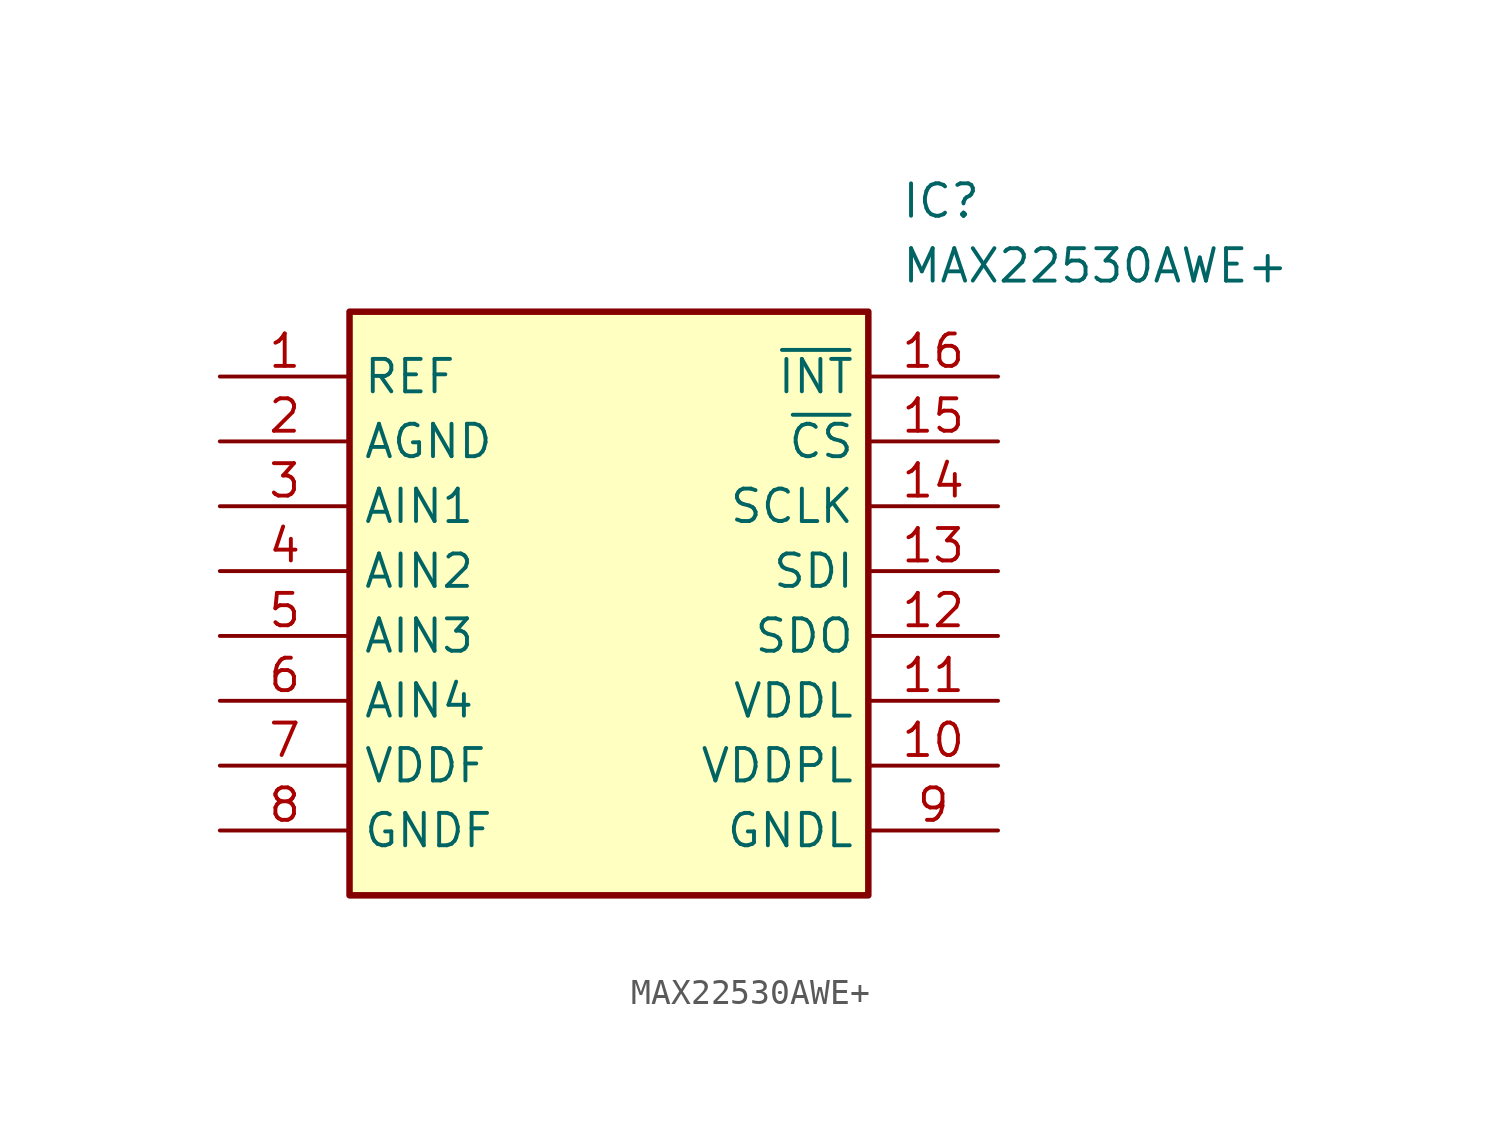
<source format=kicad_sym>
(kicad_symbol_lib
  (version 20211014)
  (generator SamacSys_ECAD_Model)
  (symbol "MAX22530AWE+"
    (property "Reference" "IC"
      (at 26.67 7.62 0)
      (effects (font (size 1.27 1.27)) (justify left top)))
    (property "Value" "MAX22530AWE+"
      (at 26.67 5.08 0)
      (effects (font (size 1.27 1.27)) (justify left top)))
    (rectangle
      (start 5.08 2.54)
      (end 25.4 -20.32)
      (stroke (width 0.254) (type default))
      (fill (type background)))
    (pin passive line
      (at 0 0 0)
      (length 5.08)
      (name "REF" (effects (font (size 1.27 1.27))))
      (number "1" (effects (font (size 1.27 1.27)))))
    (pin passive line
      (at 0 -2.54 0)
      (length 5.08)
      (name "AGND" (effects (font (size 1.27 1.27))))
      (number "2" (effects (font (size 1.27 1.27)))))
    (pin passive line
      (at 0 -5.08 0)
      (length 5.08)
      (name "AIN1" (effects (font (size 1.27 1.27))))
      (number "3" (effects (font (size 1.27 1.27)))))
    (pin passive line
      (at 0 -7.62 0)
      (length 5.08)
      (name "AIN2" (effects (font (size 1.27 1.27))))
      (number "4" (effects (font (size 1.27 1.27)))))
    (pin passive line
      (at 0 -10.16 0)
      (length 5.08)
      (name "AIN3" (effects (font (size 1.27 1.27))))
      (number "5" (effects (font (size 1.27 1.27)))))
    (pin passive line
      (at 0 -12.7 0)
      (length 5.08)
      (name "AIN4" (effects (font (size 1.27 1.27))))
      (number "6" (effects (font (size 1.27 1.27)))))
    (pin passive line
      (at 0 -15.24 0)
      (length 5.08)
      (name "VDDF" (effects (font (size 1.27 1.27))))
      (number "7" (effects (font (size 1.27 1.27)))))
    (pin passive line
      (at 0 -17.78 0)
      (length 5.08)
      (name "GNDF" (effects (font (size 1.27 1.27))))
      (number "8" (effects (font (size 1.27 1.27)))))
    (pin passive line
      (at 30.48 0 180)
      (length 5.08)
      (name "~{INT}" (effects (font (size 1.27 1.27))))
      (number "16" (effects (font (size 1.27 1.27)))))
    (pin passive line
      (at 30.48 -2.54 180)
      (length 5.08)
      (name "~{CS}" (effects (font (size 1.27 1.27))))
      (number "15" (effects (font (size 1.27 1.27)))))
    (pin passive line
      (at 30.48 -5.08 180)
      (length 5.08)
      (name "SCLK" (effects (font (size 1.27 1.27))))
      (number "14" (effects (font (size 1.27 1.27)))))
    (pin passive line
      (at 30.48 -7.62 180)
      (length 5.08)
      (name "SDI" (effects (font (size 1.27 1.27))))
      (number "13" (effects (font (size 1.27 1.27)))))
    (pin passive line
      (at 30.48 -10.16 180)
      (length 5.08)
      (name "SDO" (effects (font (size 1.27 1.27))))
      (number "12" (effects (font (size 1.27 1.27)))))
    (pin passive line
      (at 30.48 -12.7 180)
      (length 5.08)
      (name "VDDL" (effects (font (size 1.27 1.27))))
      (number "11" (effects (font (size 1.27 1.27)))))
    (pin passive line
      (at 30.48 -15.24 180)
      (length 5.08)
      (name "VDDPL" (effects (font (size 1.27 1.27))))
      (number "10" (effects (font (size 1.27 1.27)))))
    (pin passive line
      (at 30.48 -17.78 180)
      (length 5.08)
      (name "GNDL" (effects (font (size 1.27 1.27))))
      (number "9" (effects (font (size 1.27 1.27)))))))
</source>
